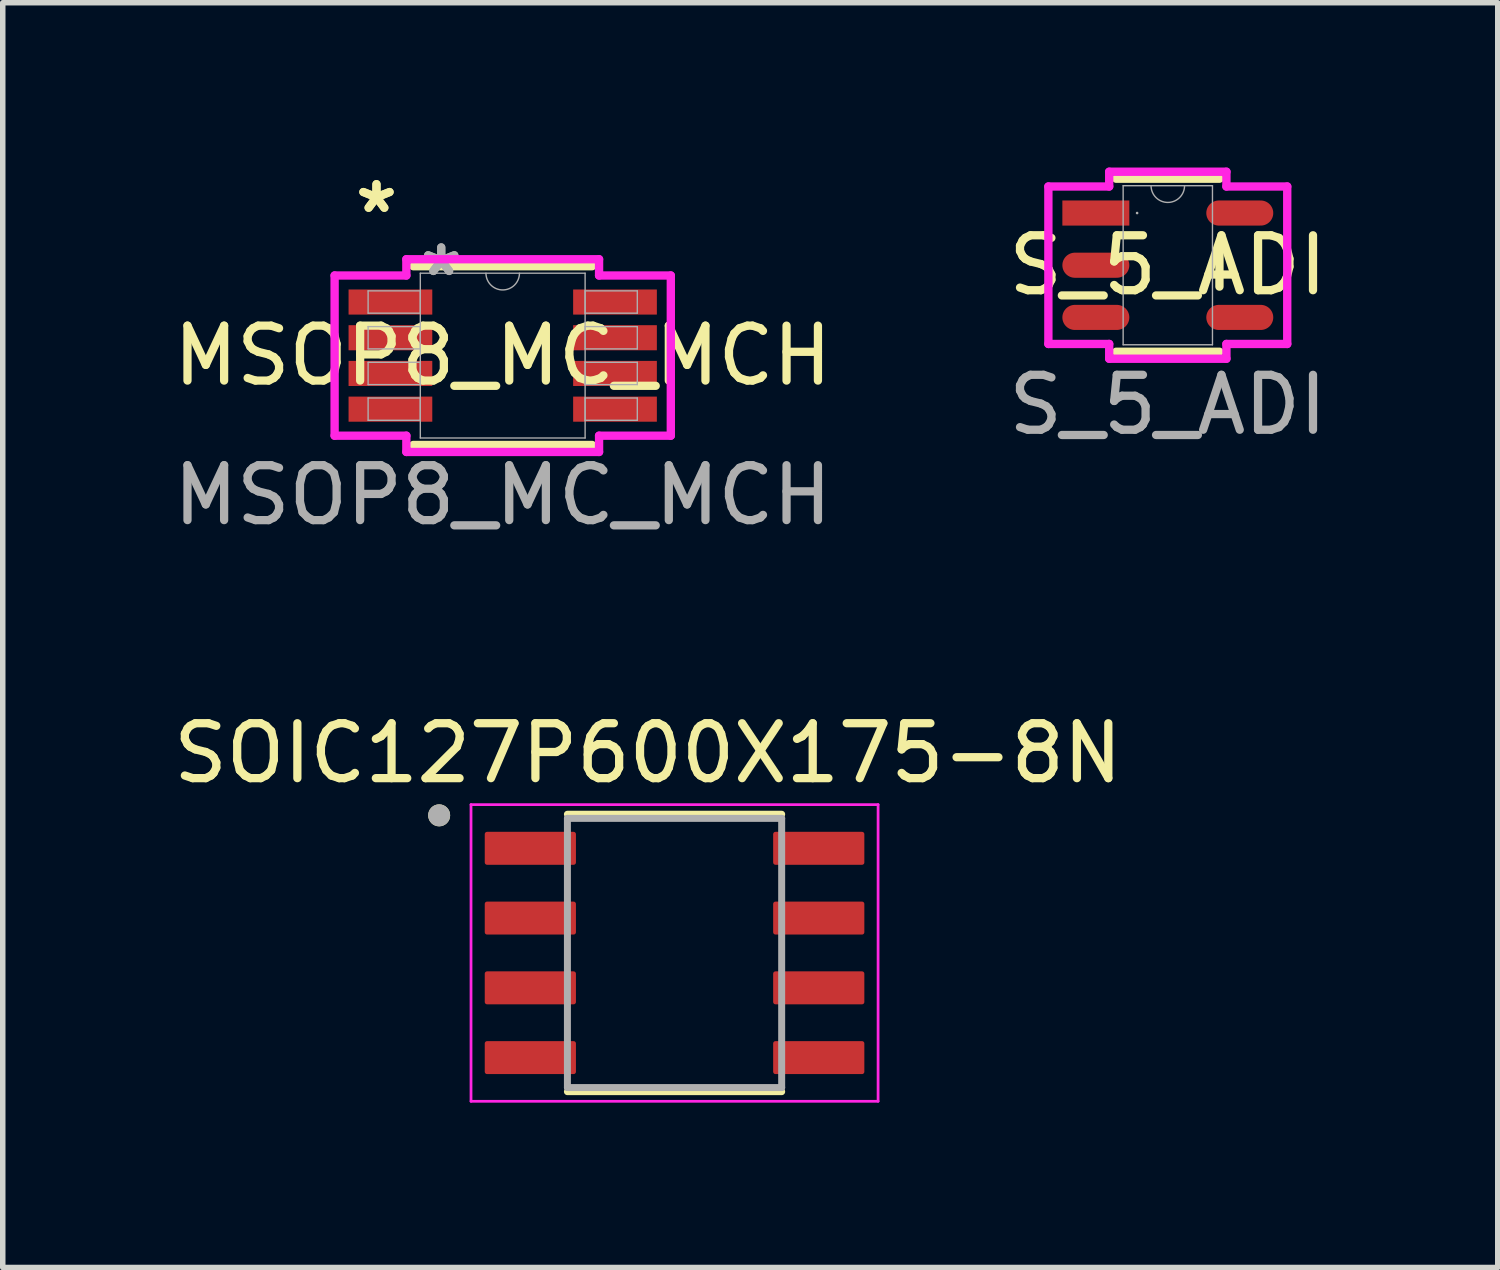
<source format=kicad_pcb>
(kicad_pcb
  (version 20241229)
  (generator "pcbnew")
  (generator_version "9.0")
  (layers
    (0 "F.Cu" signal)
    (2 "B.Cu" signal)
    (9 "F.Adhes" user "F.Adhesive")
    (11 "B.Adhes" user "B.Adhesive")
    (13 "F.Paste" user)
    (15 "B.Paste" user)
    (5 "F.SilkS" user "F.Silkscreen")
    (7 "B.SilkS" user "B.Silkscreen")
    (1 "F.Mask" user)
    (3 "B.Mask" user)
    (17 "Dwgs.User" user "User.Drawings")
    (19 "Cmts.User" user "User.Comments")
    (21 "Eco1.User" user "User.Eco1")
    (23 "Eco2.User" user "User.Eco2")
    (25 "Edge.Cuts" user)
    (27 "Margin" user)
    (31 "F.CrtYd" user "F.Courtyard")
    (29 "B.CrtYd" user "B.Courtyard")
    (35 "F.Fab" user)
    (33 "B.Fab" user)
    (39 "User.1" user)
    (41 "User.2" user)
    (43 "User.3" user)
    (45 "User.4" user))
  (footprint "MSOP8_MC_MCH"
    (layer "F.Cu")
    (at 6.101 3.423)
    (property "Reference" "MSOP8_MC_MCH" (at 0 0 0) (unlocked yes) (layer "F.SilkS") (effects (font (size 1 1) (thickness 0.15))))
    (attr smd)
    (fp_line (start -1.627 1.627) (end 1.627 1.627) (stroke (width 0.152) (type solid)) (layer "F.SilkS"))
    (fp_line (start 1.627 -1.627) (end -1.627 -1.627) (stroke (width 0.152) (type solid)) (layer "F.SilkS"))
    (fp_line (start -3.06 -1.458) (end -1.754 -1.458) (stroke (width 0.152) (type solid)) (layer "F.CrtYd"))
    (fp_line (start -3.06 1.458) (end -3.06 -1.458) (stroke (width 0.152) (type solid)) (layer "F.CrtYd"))
    (fp_line (start -3.06 1.458) (end -1.754 1.458) (stroke (width 0.152) (type solid)) (layer "F.CrtYd"))
    (fp_line (start -1.754 -1.754) (end 1.754 -1.754) (stroke (width 0.152) (type solid)) (layer "F.CrtYd"))
    (fp_line (start -1.754 -1.458) (end -1.754 -1.754) (stroke (width 0.152) (type solid)) (layer "F.CrtYd"))
    (fp_line (start -1.754 1.754) (end -1.754 1.458) (stroke (width 0.152) (type solid)) (layer "F.CrtYd"))
    (fp_line (start 1.754 -1.754) (end 1.754 -1.458) (stroke (width 0.152) (type solid)) (layer "F.CrtYd"))
    (fp_line (start 1.754 1.458) (end 1.754 1.754) (stroke (width 0.152) (type solid)) (layer "F.CrtYd"))
    (fp_line (start 1.754 1.754) (end -1.754 1.754) (stroke (width 0.152) (type solid)) (layer "F.CrtYd"))
    (fp_line (start 3.06 -1.458) (end 1.754 -1.458) (stroke (width 0.152) (type solid)) (layer "F.CrtYd"))
    (fp_line (start 3.06 -1.458) (end 3.06 1.458) (stroke (width 0.152) (type solid)) (layer "F.CrtYd"))
    (fp_line (start 3.06 1.458) (end 1.754 1.458) (stroke (width 0.152) (type solid)) (layer "F.CrtYd"))
    (fp_line (start -2.45 -1.178) (end -2.45 -0.772) (stroke (width 0.025) (type solid)) (layer "F.Fab"))
    (fp_line (start -2.45 -0.772) (end -1.5 -0.772) (stroke (width 0.025) (type solid)) (layer "F.Fab"))
    (fp_line (start -2.45 -0.528) (end -2.45 -0.122) (stroke (width 0.025) (type solid)) (layer "F.Fab"))
    (fp_line (start -2.45 -0.122) (end -1.5 -0.122) (stroke (width 0.025) (type solid)) (layer "F.Fab"))
    (fp_line (start -2.45 0.122) (end -2.45 0.528) (stroke (width 0.025) (type solid)) (layer "F.Fab"))
    (fp_line (start -2.45 0.528) (end -1.5 0.528) (stroke (width 0.025) (type solid)) (layer "F.Fab"))
    (fp_line (start -2.45 0.772) (end -2.45 1.178) (stroke (width 0.025) (type solid)) (layer "F.Fab"))
    (fp_line (start -2.45 1.178) (end -1.5 1.178) (stroke (width 0.025) (type solid)) (layer "F.Fab"))
    (fp_line (start -1.5 -1.5) (end -1.5 1.5) (stroke (width 0.025) (type solid)) (layer "F.Fab"))
    (fp_line (start -1.5 -1.178) (end -2.45 -1.178) (stroke (width 0.025) (type solid)) (layer "F.Fab"))
    (fp_line (start -1.5 -0.772) (end -1.5 -1.178) (stroke (width 0.025) (type solid)) (layer "F.Fab"))
    (fp_line (start -1.5 -0.528) (end -2.45 -0.528) (stroke (width 0.025) (type solid)) (layer "F.Fab"))
    (fp_line (start -1.5 -0.122) (end -1.5 -0.528) (stroke (width 0.025) (type solid)) (layer "F.Fab"))
    (fp_line (start -1.5 0.122) (end -2.45 0.122) (stroke (width 0.025) (type solid)) (layer "F.Fab"))
    (fp_line (start -1.5 0.528) (end -1.5 0.122) (stroke (width 0.025) (type solid)) (layer "F.Fab"))
    (fp_line (start -1.5 0.772) (end -2.45 0.772) (stroke (width 0.025) (type solid)) (layer "F.Fab"))
    (fp_line (start -1.5 1.178) (end -1.5 0.772) (stroke (width 0.025) (type solid)) (layer "F.Fab"))
    (fp_line (start -1.5 1.5) (end 1.5 1.5) (stroke (width 0.025) (type solid)) (layer "F.Fab"))
    (fp_line (start 1.5 -1.5) (end -1.5 -1.5) (stroke (width 0.025) (type solid)) (layer "F.Fab"))
    (fp_line (start 1.5 -1.178) (end 1.5 -0.772) (stroke (width 0.025) (type solid)) (layer "F.Fab"))
    (fp_line (start 1.5 -0.772) (end 2.45 -0.772) (stroke (width 0.025) (type solid)) (layer "F.Fab"))
    (fp_line (start 1.5 -0.528) (end 1.5 -0.122) (stroke (width 0.025) (type solid)) (layer "F.Fab"))
    (fp_line (start 1.5 -0.122) (end 2.45 -0.122) (stroke (width 0.025) (type solid)) (layer "F.Fab"))
    (fp_line (start 1.5 0.122) (end 1.5 0.528) (stroke (width 0.025) (type solid)) (layer "F.Fab"))
    (fp_line (start 1.5 0.528) (end 2.45 0.528) (stroke (width 0.025) (type solid)) (layer "F.Fab"))
    (fp_line (start 1.5 0.772) (end 1.5 1.178) (stroke (width 0.025) (type solid)) (layer "F.Fab"))
    (fp_line (start 1.5 1.178) (end 2.45 1.178) (stroke (width 0.025) (type solid)) (layer "F.Fab"))
    (fp_line (start 1.5 1.5) (end 1.5 -1.5) (stroke (width 0.025) (type solid)) (layer "F.Fab"))
    (fp_line (start 2.45 -1.178) (end 1.5 -1.178) (stroke (width 0.025) (type solid)) (layer "F.Fab"))
    (fp_line (start 2.45 -0.772) (end 2.45 -1.178) (stroke (width 0.025) (type solid)) (layer "F.Fab"))
    (fp_line (start 2.45 -0.528) (end 1.5 -0.528) (stroke (width 0.025) (type solid)) (layer "F.Fab"))
    (fp_line (start 2.45 -0.122) (end 2.45 -0.528) (stroke (width 0.025) (type solid)) (layer "F.Fab"))
    (fp_line (start 2.45 0.122) (end 1.5 0.122) (stroke (width 0.025) (type solid)) (layer "F.Fab"))
    (fp_line (start 2.45 0.528) (end 2.45 0.122) (stroke (width 0.025) (type solid)) (layer "F.Fab"))
    (fp_line (start 2.45 0.772) (end 1.5 0.772) (stroke (width 0.025) (type solid)) (layer "F.Fab"))
    (fp_line (start 2.45 1.178) (end 2.45 0.772) (stroke (width 0.025) (type solid)) (layer "F.Fab"))
    (fp_arc (start 0.3048 -1.5) (mid 0 -1.1952) (end -0.3048 -1.5) (stroke (width 0.0254) (type solid)) (layer "F.Fab"))
    (fp_text user "*" (at -2.298 -2.575 0) (unlocked yes) (layer "F.SilkS") (effects (font (size 1 1) (thickness 0.15))))
    (fp_text user "*" (at -2.298 -2.575 0) (layer "F.SilkS") (effects (font (size 1 1) (thickness 0.15))))
    (fp_text user "*" (at -1.119 -1.424 0) (unlocked yes) (layer "F.Fab") (effects (font (size 1 1) (thickness 0.15))))
    (fp_text user "*" (at -1.119 -1.424 0) (layer "F.Fab") (effects (font (size 1 1) (thickness 0.15))))
    (fp_text user "${REFERENCE}" (at 0 2.54 0) (unlocked yes) (layer "F.Fab") (effects (font (size 1 1) (thickness 0.15))))
    (pad "1" smd rect (at -2.044 -0.975) (size 1.524 0.457) (layers "F.Cu" "F.Mask" "F.Paste"))
    (pad "2" smd rect (at -2.044 -0.325) (size 1.524 0.457) (layers "F.Cu" "F.Mask" "F.Paste"))
    (pad "3" smd rect (at -2.044 0.325) (size 1.524 0.457) (layers "F.Cu" "F.Mask" "F.Paste"))
    (pad "4" smd rect (at -2.044 0.975) (size 1.524 0.457) (layers "F.Cu" "F.Mask" "F.Paste"))
    (pad "5" smd rect (at 2.044 0.975) (size 1.524 0.457) (layers "F.Cu" "F.Mask" "F.Paste"))
    (pad "6" smd rect (at 2.044 0.325) (size 1.524 0.457) (layers "F.Cu" "F.Mask" "F.Paste"))
    (pad "7" smd rect (at 2.044 -0.325) (size 1.524 0.457) (layers "F.Cu" "F.Mask" "F.Paste"))
    (pad "8" smd rect (at 2.044 -0.975) (size 1.524 0.457) (layers "F.Cu" "F.Mask" "F.Paste")))
  (footprint "SOIC127P600X175-8N"
    (layer "F.Cu")
    (at 9.229 14.297)
    (property "Reference" "SOIC127P600X175-8N" (at -0.485 -3.637 0) (layer "F.SilkS") (effects (font (size 1 1) (thickness 0.15))))
    (attr smd)
    (fp_line (start -1.95 -2.525) (end 1.95 -2.525) (stroke (width 0.127) (type solid)) (layer "F.SilkS"))
    (fp_line (start -1.95 2.525) (end 1.95 2.525) (stroke (width 0.127) (type solid)) (layer "F.SilkS"))
    (fp_circle (center -4.285 -2.505) (end -4.185 -2.505) (stroke (width 0.2) (type solid)) (fill no) (layer "F.SilkS"))
    (fp_line (start -3.705 -2.7) (end -3.705 2.7) (stroke (width 0.05) (type solid)) (layer "F.CrtYd"))
    (fp_line (start -3.705 -2.7) (end 3.705 -2.7) (stroke (width 0.05) (type solid)) (layer "F.CrtYd"))
    (fp_line (start -3.705 2.7) (end 3.705 2.7) (stroke (width 0.05) (type solid)) (layer "F.CrtYd"))
    (fp_line (start 3.705 -2.7) (end 3.705 2.7) (stroke (width 0.05) (type solid)) (layer "F.CrtYd"))
    (fp_line (start -1.95 -2.45) (end -1.95 2.45) (stroke (width 0.127) (type solid)) (layer "F.Fab"))
    (fp_line (start -1.95 -2.45) (end 1.95 -2.45) (stroke (width 0.127) (type solid)) (layer "F.Fab"))
    (fp_line (start -1.95 2.45) (end 1.95 2.45) (stroke (width 0.127) (type solid)) (layer "F.Fab"))
    (fp_line (start 1.95 -2.45) (end 1.95 2.45) (stroke (width 0.127) (type solid)) (layer "F.Fab"))
    (fp_circle (center -4.285 -2.505) (end -4.185 -2.505) (stroke (width 0.2) (type solid)) (fill no) (layer "F.Fab"))
    (pad "1" smd roundrect (at -2.625 -1.905) (size 1.66 0.6) (layers "F.Cu" "F.Mask" "F.Paste") (roundrect_rratio 0.07))
    (pad "2" smd roundrect (at -2.625 -0.635) (size 1.66 0.6) (layers "F.Cu" "F.Mask" "F.Paste") (roundrect_rratio 0.07))
    (pad "3" smd roundrect (at -2.625 0.635) (size 1.66 0.6) (layers "F.Cu" "F.Mask" "F.Paste") (roundrect_rratio 0.07))
    (pad "4" smd roundrect (at -2.625 1.905) (size 1.66 0.6) (layers "F.Cu" "F.Mask" "F.Paste") (roundrect_rratio 0.07))
    (pad "5" smd roundrect (at 2.625 1.905) (size 1.66 0.6) (layers "F.Cu" "F.Mask" "F.Paste") (roundrect_rratio 0.07))
    (pad "6" smd roundrect (at 2.625 0.635) (size 1.66 0.6) (layers "F.Cu" "F.Mask" "F.Paste") (roundrect_rratio 0.07))
    (pad "7" smd roundrect (at 2.625 -0.635) (size 1.66 0.6) (layers "F.Cu" "F.Mask" "F.Paste") (roundrect_rratio 0.07))
    (pad "8" smd roundrect (at 2.625 -1.905) (size 1.66 0.6) (layers "F.Cu" "F.Mask" "F.Paste") (roundrect_rratio 0.07)))
  (footprint "S_5_ADI"
    (layer "F.Cu")
    (at 18.208 1.778)
    (property "Reference" "S_5_ADI" (at 0 0 0) (unlocked yes) (layer "F.SilkS") (effects (font (size 1 1) (thickness 0.15))))
    (attr smd)
    (fp_line (start -0.94 1.575) (end 0.94 1.575) (stroke (width 0.152) (type solid)) (layer "F.SilkS"))
    (fp_line (start 0.94 -1.575) (end -0.94 -1.575) (stroke (width 0.152) (type solid)) (layer "F.SilkS"))
    (fp_line (start 0.94 0.389) (end 0.94 -0.389) (stroke (width 0.152) (type solid)) (layer "F.SilkS"))
    (fp_line (start -2.174 -1.433) (end -1.067 -1.433) (stroke (width 0.152) (type solid)) (layer "F.CrtYd"))
    (fp_line (start -2.174 1.433) (end -2.174 -1.433) (stroke (width 0.152) (type solid)) (layer "F.CrtYd"))
    (fp_line (start -2.174 1.433) (end -1.067 1.433) (stroke (width 0.152) (type solid)) (layer "F.CrtYd"))
    (fp_line (start -1.067 -1.702) (end 1.067 -1.702) (stroke (width 0.152) (type solid)) (layer "F.CrtYd"))
    (fp_line (start -1.067 -1.433) (end -1.067 -1.702) (stroke (width 0.152) (type solid)) (layer "F.CrtYd"))
    (fp_line (start -1.067 1.702) (end -1.067 1.433) (stroke (width 0.152) (type solid)) (layer "F.CrtYd"))
    (fp_line (start 1.067 -1.702) (end 1.067 -1.433) (stroke (width 0.152) (type solid)) (layer "F.CrtYd"))
    (fp_line (start 1.067 1.433) (end 1.067 1.702) (stroke (width 0.152) (type solid)) (layer "F.CrtYd"))
    (fp_line (start 1.067 1.702) (end -1.067 1.702) (stroke (width 0.152) (type solid)) (layer "F.CrtYd"))
    (fp_line (start 2.174 -1.433) (end 1.067 -1.433) (stroke (width 0.152) (type solid)) (layer "F.CrtYd"))
    (fp_line (start 2.174 -1.433) (end 2.174 1.433) (stroke (width 0.152) (type solid)) (layer "F.CrtYd"))
    (fp_line (start 2.174 1.433) (end 1.067 1.433) (stroke (width 0.152) (type solid)) (layer "F.CrtYd"))
    (fp_line (start -0.813 -1.448) (end -0.813 1.448) (stroke (width 0.025) (type solid)) (layer "F.Fab"))
    (fp_line (start -0.813 1.448) (end 0.813 1.448) (stroke (width 0.025) (type solid)) (layer "F.Fab"))
    (fp_line (start 0.813 -1.448) (end -0.813 -1.448) (stroke (width 0.025) (type solid)) (layer "F.Fab"))
    (fp_line (start 0.813 1.448) (end 0.813 -1.448) (stroke (width 0.025) (type solid)) (layer "F.Fab"))
    (fp_arc (start 0.3048 -1.4478) (mid 0 -1.143) (end -0.3048 -1.4478) (stroke (width 0.0254) (type solid)) (layer "F.Fab"))
    (fp_circle (center -0.559 -0.95) (end -0.559 -0.95) (stroke (width 0.025) (type solid)) (fill no) (layer "F.Fab"))
    (fp_text user "${REFERENCE}" (at 0 2.54 0) (unlocked yes) (layer "F.Fab") (effects (font (size 1 1) (thickness 0.15))))
    (pad "1" smd rect (at -1.31 -0.95) (size 1.219 0.457) (layers "F.Cu" "F.Mask" "F.Paste"))
    (pad "2" smd oval (at -1.31 0) (size 1.219 0.457) (layers "F.Cu" "F.Mask" "F.Paste"))
    (pad "3" smd oval (at -1.31 0.95) (size 1.219 0.457) (layers "F.Cu" "F.Mask" "F.Paste"))
    (pad "4" smd oval (at 1.31 0.95) (size 1.219 0.457) (layers "F.Cu" "F.Mask" "F.Paste"))
    (pad "5" smd oval (at 1.31 -0.95) (size 1.219 0.457) (layers "F.Cu" "F.Mask" "F.Paste")))
  (gr_rect
    (start -3 -3)
    (end 24.214 20.022)
    (stroke (width 0.1) (type default))
    (fill no)
    (layer "Edge.Cuts")))
</source>
